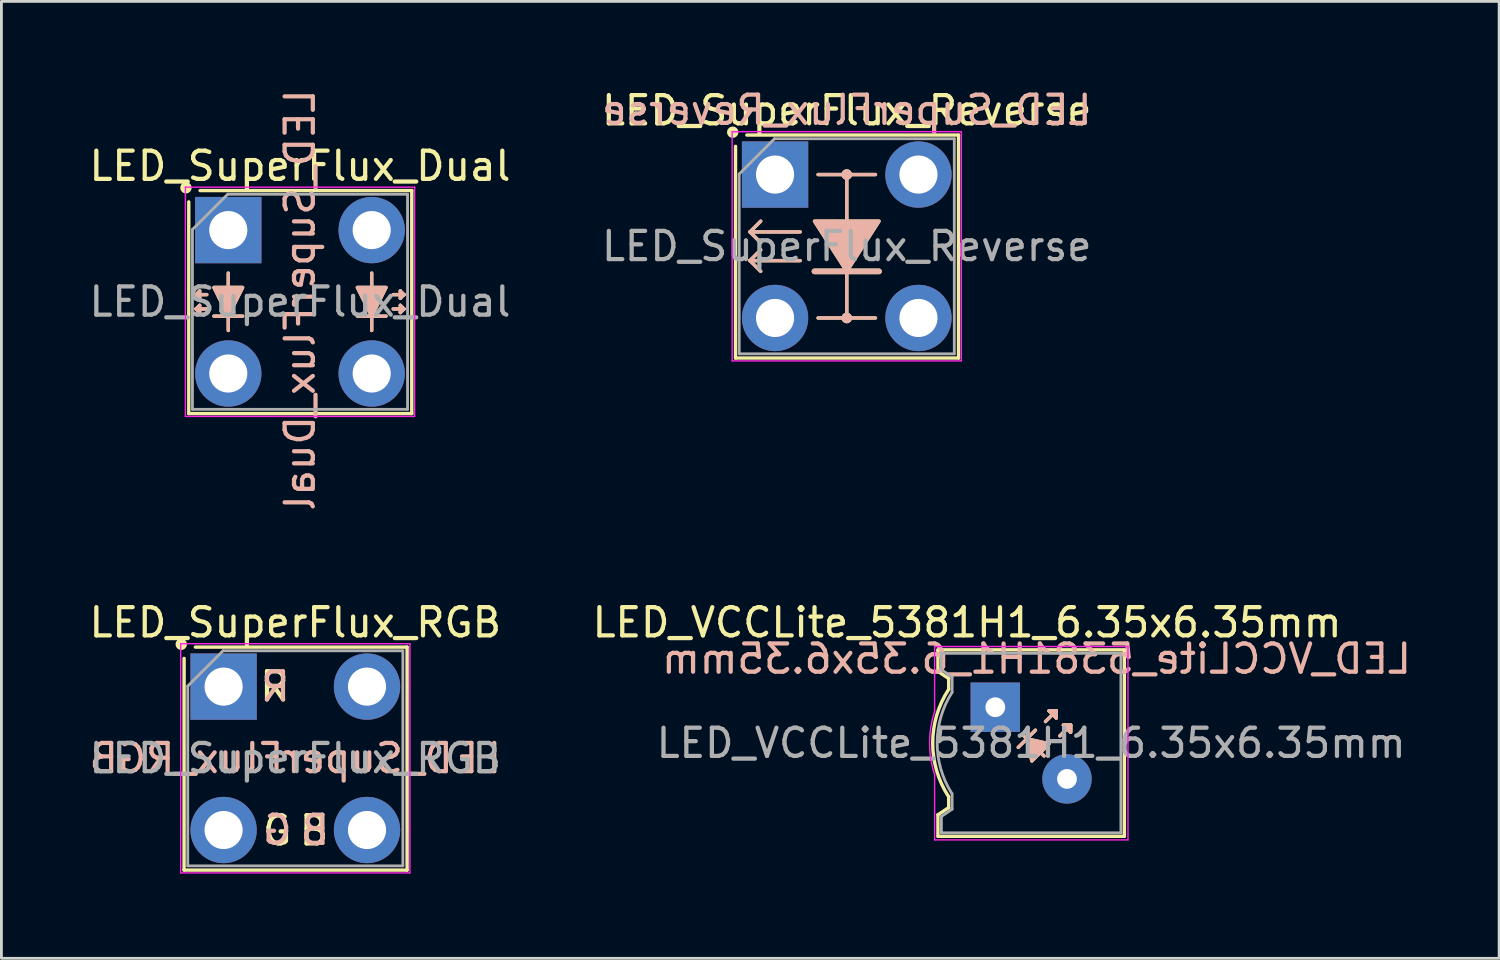
<source format=kicad_pcb>
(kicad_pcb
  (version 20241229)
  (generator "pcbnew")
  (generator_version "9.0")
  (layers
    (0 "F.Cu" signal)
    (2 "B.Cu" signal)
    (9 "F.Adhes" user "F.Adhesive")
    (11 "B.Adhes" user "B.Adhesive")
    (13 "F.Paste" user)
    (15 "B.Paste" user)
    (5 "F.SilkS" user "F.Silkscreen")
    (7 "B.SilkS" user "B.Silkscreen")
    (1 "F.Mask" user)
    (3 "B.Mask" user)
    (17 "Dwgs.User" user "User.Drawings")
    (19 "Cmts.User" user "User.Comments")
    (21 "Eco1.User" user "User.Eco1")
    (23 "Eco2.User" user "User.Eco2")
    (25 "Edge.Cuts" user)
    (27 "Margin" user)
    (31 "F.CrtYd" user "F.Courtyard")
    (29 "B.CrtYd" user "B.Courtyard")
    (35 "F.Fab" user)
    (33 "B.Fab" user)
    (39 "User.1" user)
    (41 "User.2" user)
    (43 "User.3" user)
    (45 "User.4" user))
  (footprint "LED_SuperFlux_Reverse"
    (layer "F.Cu")
    (at 24.406 3.134)
    (property "Reference" "LED_SuperFlux_Reverse" (at 2.54 -2.27 0) (layer "F.SilkS") (effects (font (size 1 1) (thickness 0.15))))
    (attr through_hole)
    (fp_line (start -1.4 6.5) (end -1.4 -1) (stroke (width 0.12) (type solid)) (layer "F.SilkS"))
    (fp_line (start -1 -1.4) (end 6.5 -1.4) (stroke (width 0.12) (type solid)) (layer "F.SilkS"))
    (fp_line (start -0.889 2.032) (end -0.508 2.413) (stroke (width 0.12) (type solid)) (layer "F.SilkS"))
    (fp_line (start -0.889 3.048) (end -0.508 3.429) (stroke (width 0.12) (type solid)) (layer "F.SilkS"))
    (fp_line (start -0.508 1.651) (end -0.889 2.032) (stroke (width 0.12) (type solid)) (layer "F.SilkS"))
    (fp_line (start -0.508 2.667) (end -0.889 3.048) (stroke (width 0.12) (type solid)) (layer "F.SilkS"))
    (fp_line (start 0.889 2.032) (end -0.889 2.032) (stroke (width 0.12) (type solid)) (layer "F.SilkS"))
    (fp_line (start 0.889 3.048) (end -0.889 3.048) (stroke (width 0.12) (type solid)) (layer "F.SilkS"))
    (fp_line (start 1.524 0) (end 3.556 0) (stroke (width 0.12) (type solid)) (layer "F.SilkS"))
    (fp_line (start 1.524 5.08) (end 3.556 5.08) (stroke (width 0.12) (type solid)) (layer "F.SilkS"))
    (fp_line (start 2.54 3.429) (end 1.397 3.429) (stroke (width 0.2) (type solid)) (layer "F.SilkS"))
    (fp_line (start 2.54 3.429) (end 3.683 3.429) (stroke (width 0.2) (type solid)) (layer "F.SilkS"))
    (fp_line (start 2.54 5.08) (end 2.54 0) (stroke (width 0.12) (type solid)) (layer "F.SilkS"))
    (fp_line (start 6.5 -1.4) (end 6.5 6.5) (stroke (width 0.12) (type solid)) (layer "F.SilkS"))
    (fp_line (start 6.5 6.5) (end -1.4 6.5) (stroke (width 0.12) (type solid)) (layer "F.SilkS"))
    (fp_circle (center -1.5 -1.5) (end -1.359 -1.5) (stroke (width 0.12) (type solid)) (fill yes) (layer "F.SilkS"))
    (fp_circle (center 2.54 0) (end 2.667 0) (stroke (width 0.12) (type solid)) (fill yes) (layer "F.SilkS"))
    (fp_circle (center 2.54 5.08) (end 2.667 5.08) (stroke (width 0.12) (type solid)) (fill yes) (layer "F.SilkS"))
    (fp_poly (pts (xy 1.397 1.651) (xy 3.683 1.651) (xy 2.54 3.429)) (stroke (width 0.12) (type solid)) (fill yes) (layer "F.SilkS"))
    (fp_line (start -0.889 2.032) (end -0.508 2.413) (stroke (width 0.12) (type solid)) (layer "B.SilkS"))
    (fp_line (start -0.889 3.048) (end -0.508 3.429) (stroke (width 0.12) (type solid)) (layer "B.SilkS"))
    (fp_line (start -0.508 1.651) (end -0.889 2.032) (stroke (width 0.12) (type solid)) (layer "B.SilkS"))
    (fp_line (start -0.508 2.667) (end -0.889 3.048) (stroke (width 0.12) (type solid)) (layer "B.SilkS"))
    (fp_line (start 0.889 2.032) (end -0.889 2.032) (stroke (width 0.12) (type solid)) (layer "B.SilkS"))
    (fp_line (start 0.889 3.048) (end -0.889 3.048) (stroke (width 0.12) (type solid)) (layer "B.SilkS"))
    (fp_line (start 1.524 0) (end 3.556 0) (stroke (width 0.12) (type solid)) (layer "B.SilkS"))
    (fp_line (start 1.524 5.08) (end 3.556 5.08) (stroke (width 0.12) (type solid)) (layer "B.SilkS"))
    (fp_line (start 2.54 3.429) (end 1.397 3.429) (stroke (width 0.2) (type solid)) (layer "B.SilkS"))
    (fp_line (start 2.54 3.429) (end 3.683 3.429) (stroke (width 0.2) (type solid)) (layer "B.SilkS"))
    (fp_line (start 2.54 5.08) (end 2.54 0) (stroke (width 0.12) (type solid)) (layer "B.SilkS"))
    (fp_circle (center 2.54 0) (end 2.667 0) (stroke (width 0.12) (type solid)) (fill yes) (layer "B.SilkS"))
    (fp_circle (center 2.54 5.08) (end 2.667 5.08) (stroke (width 0.12) (type solid)) (fill yes) (layer "B.SilkS"))
    (fp_poly (pts (xy 1.397 1.651) (xy 3.683 1.651) (xy 2.54 3.429)) (stroke (width 0.12) (type solid)) (fill yes) (layer "B.SilkS"))
    (fp_line (start -1.52 -1.52) (end -1.52 6.6) (stroke (width 0.05) (type solid)) (layer "F.CrtYd"))
    (fp_line (start -1.52 6.6) (end 6.6 6.6) (stroke (width 0.05) (type solid)) (layer "F.CrtYd"))
    (fp_line (start 6.6 -1.52) (end -1.52 -1.52) (stroke (width 0.05) (type solid)) (layer "F.CrtYd"))
    (fp_line (start 6.6 6.6) (end 6.6 -1.52) (stroke (width 0.05) (type solid)) (layer "F.CrtYd"))
    (fp_line (start -1.27 -0.02) (end -0.02 -1.27) (stroke (width 0.1) (type solid)) (layer "F.Fab"))
    (fp_line (start -1.27 6.35) (end -1.27 -0.02) (stroke (width 0.1) (type solid)) (layer "F.Fab"))
    (fp_line (start -0.02 -1.27) (end 6.35 -1.27) (stroke (width 0.1) (type solid)) (layer "F.Fab"))
    (fp_line (start 6.35 -1.27) (end 6.35 6.35) (stroke (width 0.1) (type solid)) (layer "F.Fab"))
    (fp_line (start 6.35 6.35) (end -1.27 6.35) (stroke (width 0.1) (type solid)) (layer "F.Fab"))
    (fp_text user "${REFERENCE}" (at 2.54 -2.286 0) (layer "B.SilkS") (effects (font (size 1 1) (thickness 0.15)) (justify mirror)))
    (fp_text user "${REFERENCE}" (at 2.54 2.54 0) (layer "F.Fab") (effects (font (size 1 1) (thickness 0.15))))
    (pad "1" thru_hole rect (at 0 0) (size 2.35 2.35) (drill 1.35) (layers "*.Cu" "*.Mask"))
    (pad "1" thru_hole circle (at 5.08 0) (size 2.35 2.35) (drill 1.35) (layers "*.Cu" "*.Mask"))
    (pad "2" thru_hole circle (at 0 5.08) (size 2.35 2.35) (drill 1.35) (layers "*.Cu" "*.Mask"))
    (pad "2" thru_hole circle (at 5.08 5.08) (size 2.35 2.35) (drill 1.35) (layers "*.Cu" "*.Mask")))
  (footprint "LED_SuperFlux_RGB"
    (layer "F.Cu")
    (at 4.871 21.273)
    (property "Reference" "LED_SuperFlux_RGB" (at 2.54 -2.27 0) (layer "F.SilkS") (effects (font (size 1 1) (thickness 0.15))))
    (attr through_hole)
    (fp_line (start -1.4 6.5) (end -1.4 -1) (stroke (width 0.12) (type solid)) (layer "F.SilkS"))
    (fp_line (start -1 -1.4) (end 6.5 -1.4) (stroke (width 0.12) (type solid)) (layer "F.SilkS"))
    (fp_line (start 6.5 -1.4) (end 6.5 6.5) (stroke (width 0.12) (type solid)) (layer "F.SilkS"))
    (fp_line (start 6.5 6.5) (end -1.4 6.5) (stroke (width 0.12) (type solid)) (layer "F.SilkS"))
    (fp_circle (center -1.5 -1.5) (end -1.359 -1.5) (stroke (width 0.12) (type solid)) (fill yes) (layer "F.SilkS"))
    (fp_line (start -1.52 -1.52) (end -1.52 6.6) (stroke (width 0.05) (type solid)) (layer "F.CrtYd"))
    (fp_line (start -1.52 6.6) (end 6.6 6.6) (stroke (width 0.05) (type solid)) (layer "F.CrtYd"))
    (fp_line (start 6.6 -1.52) (end -1.52 -1.52) (stroke (width 0.05) (type solid)) (layer "F.CrtYd"))
    (fp_line (start 6.6 6.6) (end 6.6 -1.52) (stroke (width 0.05) (type solid)) (layer "F.CrtYd"))
    (fp_line (start -1.27 -0.02) (end -0.02 -1.27) (stroke (width 0.1) (type solid)) (layer "F.Fab"))
    (fp_line (start -1.27 6.35) (end -1.27 -0.02) (stroke (width 0.1) (type solid)) (layer "F.Fab"))
    (fp_line (start -0.02 -1.27) (end 6.35 -1.27) (stroke (width 0.1) (type solid)) (layer "F.Fab"))
    (fp_line (start 6.35 -1.27) (end 6.35 6.35) (stroke (width 0.1) (type solid)) (layer "F.Fab"))
    (fp_line (start 6.35 6.35) (end -1.27 6.35) (stroke (width 0.1) (type solid)) (layer "F.Fab"))
    (fp_text user "G" (at 1.9 5.1 0) (unlocked yes) (layer "F.SilkS") (effects (font (size 1 1) (thickness 0.15))))
    (fp_text user "B" (at 3.2 5.1 0) (unlocked yes) (layer "F.SilkS") (effects (font (size 1 1) (thickness 0.15))))
    (fp_text user "R" (at 1.8 0 0) (unlocked yes) (layer "F.SilkS") (effects (font (size 1 1) (thickness 0.15))))
    (fp_text user "G" (at 1.905 5.08 0) (unlocked yes) (layer "B.SilkS") (effects (font (size 1 1) (thickness 0.15)) (justify mirror)))
    (fp_text user "B" (at 3.239 5.08 0) (unlocked yes) (layer "B.SilkS") (effects (font (size 1 1) (thickness 0.15)) (justify mirror)))
    (fp_text user "R" (at 1.841 0 0) (unlocked yes) (layer "B.SilkS") (effects (font (size 1 1) (thickness 0.15)) (justify mirror)))
    (fp_text user "${REFERENCE}" (at 2.54 2.54 0) (layer "B.SilkS") (effects (font (size 1 1) (thickness 0.15)) (justify mirror)))
    (fp_text user "${REFERENCE}" (at 2.54 2.54 0) (layer "F.Fab") (effects (font (size 1 1) (thickness 0.15))))
    (pad "1" thru_hole rect (at 0 0) (size 2.35 2.35) (drill 1.35) (layers "*.Cu" "*.Mask"))
    (pad "2" thru_hole circle (at 0 5.08) (size 2.35 2.35) (drill 1.35) (layers "*.Cu" "*.Mask"))
    (pad "3" thru_hole circle (at 5.08 5.08) (size 2.35 2.35) (drill 1.35) (layers "*.Cu" "*.Mask"))
    (pad "4" thru_hole circle (at 5.08 0) (size 2.35 2.35) (drill 1.35) (layers "*.Cu" "*.Mask")))
  (footprint "LED_VCCLite_5381H1_6.35x6.35mm"
    (layer "F.Cu")
    (at 32.208 22.003)
    (property "Reference" "LED_VCCLite_5381H1_6.35x6.35mm" (at -1 -3 0) (layer "F.SilkS") (effects (font (size 1 1) (thickness 0.15))))
    (fp_line (start -2.032 -2.032) (end -2.032 -1.27) (stroke (width 0.12) (type solid)) (layer "F.SilkS"))
    (fp_line (start -2.032 -1.27) (end -1.651 -1.016) (stroke (width 0.12) (type solid)) (layer "F.SilkS"))
    (fp_line (start -2.032 4.572) (end -2.032 3.81) (stroke (width 0.12) (type solid)) (layer "F.SilkS"))
    (fp_line (start -1.651 -1.016) (end -1.651 -0.635) (stroke (width 0.12) (type solid)) (layer "F.SilkS"))
    (fp_line (start -1.651 3.556) (end -2.032 3.81) (stroke (width 0.12) (type solid)) (layer "F.SilkS"))
    (fp_line (start -1.651 3.556) (end -1.651 3.175) (stroke (width 0.12) (type solid)) (layer "F.SilkS"))
    (fp_line (start 1.016 1.016) (end 1.727 1.727) (stroke (width 0.12) (type solid)) (layer "F.SilkS"))
    (fp_line (start 1.118 1.118) (end 0.813 1.422) (stroke (width 0.12) (type solid)) (layer "F.SilkS"))
    (fp_line (start 1.118 1.118) (end 1.422 0.813) (stroke (width 0.12) (type solid)) (layer "F.SilkS"))
    (fp_line (start 1.778 0.508) (end 2.159 0.127) (stroke (width 0.12) (type solid)) (layer "F.SilkS"))
    (fp_line (start 2.159 0.127) (end 1.905 0.127) (stroke (width 0.12) (type solid)) (layer "F.SilkS"))
    (fp_line (start 2.159 0.127) (end 2.159 0.381) (stroke (width 0.12) (type solid)) (layer "F.SilkS"))
    (fp_line (start 2.286 1.016) (end 2.667 0.635) (stroke (width 0.12) (type solid)) (layer "F.SilkS"))
    (fp_line (start 2.667 0.635) (end 2.413 0.635) (stroke (width 0.12) (type solid)) (layer "F.SilkS"))
    (fp_line (start 2.667 0.635) (end 2.667 0.889) (stroke (width 0.12) (type solid)) (layer "F.SilkS"))
    (fp_line (start 4.572 -2.032) (end -2.032 -2.032) (stroke (width 0.12) (type solid)) (layer "F.SilkS"))
    (fp_line (start 4.572 4.572) (end -2.032 4.572) (stroke (width 0.12) (type solid)) (layer "F.SilkS"))
    (fp_line (start 4.572 4.572) (end 4.572 -2.032) (stroke (width 0.12) (type solid)) (layer "F.SilkS"))
    (fp_arc (start -1.651753 3.173843) (mid -2.2173 1.26931) (end -1.650999 -0.634999) (stroke (width 0.12) (type solid)) (layer "F.SilkS"))
    (fp_poly (pts (xy 1.905 1.295) (xy 1.295 1.905) (xy 1.118 1.118)) (stroke (width 0.12) (type solid)) (fill yes) (layer "F.SilkS"))
    (fp_poly (pts (xy 2.159 0.381) (xy 1.905 0.127) (xy 2.159 0.127)) (stroke (width 0.12) (type solid)) (fill yes) (layer "F.SilkS"))
    (fp_poly (pts (xy 2.667 0.889) (xy 2.413 0.635) (xy 2.667 0.635)) (stroke (width 0.12) (type solid)) (fill yes) (layer "F.SilkS"))
    (fp_line (start 1.016 1.016) (end 1.727 1.727) (stroke (width 0.12) (type solid)) (layer "B.SilkS"))
    (fp_line (start 1.118 1.118) (end 0.813 1.422) (stroke (width 0.12) (type solid)) (layer "B.SilkS"))
    (fp_line (start 1.118 1.118) (end 1.422 0.813) (stroke (width 0.12) (type solid)) (layer "B.SilkS"))
    (fp_line (start 1.778 0.508) (end 2.159 0.127) (stroke (width 0.12) (type solid)) (layer "B.SilkS"))
    (fp_line (start 2.159 0.127) (end 1.905 0.127) (stroke (width 0.12) (type solid)) (layer "B.SilkS"))
    (fp_line (start 2.159 0.127) (end 2.159 0.381) (stroke (width 0.12) (type solid)) (layer "B.SilkS"))
    (fp_line (start 2.286 1.016) (end 2.667 0.635) (stroke (width 0.12) (type solid)) (layer "B.SilkS"))
    (fp_line (start 2.667 0.635) (end 2.413 0.635) (stroke (width 0.12) (type solid)) (layer "B.SilkS"))
    (fp_line (start 2.667 0.635) (end 2.667 0.889) (stroke (width 0.12) (type solid)) (layer "B.SilkS"))
    (fp_poly (pts (xy 1.905 1.295) (xy 1.295 1.905) (xy 1.118 1.118)) (stroke (width 0.12) (type solid)) (fill yes) (layer "B.SilkS"))
    (fp_poly (pts (xy 2.159 0.381) (xy 1.905 0.127) (xy 2.159 0.127)) (stroke (width 0.12) (type solid)) (fill yes) (layer "B.SilkS"))
    (fp_poly (pts (xy 2.667 0.889) (xy 2.413 0.635) (xy 2.667 0.635)) (stroke (width 0.12) (type solid)) (fill yes) (layer "B.SilkS"))
    (fp_line (start -2.15 -2.15) (end -2.15 0.15) (stroke (width 0.05) (type solid)) (layer "F.CrtYd"))
    (fp_line (start -2.15 -2.15) (end 4.7 -2.15) (stroke (width 0.05) (type solid)) (layer "F.CrtYd"))
    (fp_line (start -2.15 4.7) (end -2.15 2.4) (stroke (width 0.05) (type solid)) (layer "F.CrtYd"))
    (fp_line (start 4.7 -2.15) (end 4.7 4.7) (stroke (width 0.05) (type solid)) (layer "F.CrtYd"))
    (fp_line (start 4.7 4.7) (end -2.15 4.7) (stroke (width 0.05) (type solid)) (layer "F.CrtYd"))
    (fp_arc (start -2.147033 2.39902) (mid -2.328719 1.274748) (end -2.15 0.15) (stroke (width 0.05) (type solid)) (layer "F.CrtYd"))
    (fp_line (start -1.91 -1.91) (end -1.91 -1.33) (stroke (width 0.1) (type solid)) (layer "F.Fab"))
    (fp_line (start -1.91 -1.91) (end 4.45 -1.91) (stroke (width 0.1) (type solid)) (layer "F.Fab"))
    (fp_line (start -1.91 -1.33) (end -1.53 -1.07) (stroke (width 0.1) (type solid)) (layer "F.Fab"))
    (fp_line (start -1.91 3.87) (end -1.53 3.61) (stroke (width 0.1) (type solid)) (layer "F.Fab"))
    (fp_line (start -1.91 4.45) (end -1.91 3.87) (stroke (width 0.1) (type solid)) (layer "F.Fab"))
    (fp_line (start -1.53 -1.07) (end -1.53 -0.53) (stroke (width 0.1) (type solid)) (layer "F.Fab"))
    (fp_line (start -1.53 3.61) (end -1.53 3.07) (stroke (width 0.1) (type solid)) (layer "F.Fab"))
    (fp_line (start 4.45 -1.91) (end 4.45 4.45) (stroke (width 0.1) (type solid)) (layer "F.Fab"))
    (fp_line (start 4.45 4.45) (end -1.91 4.45) (stroke (width 0.1) (type solid)) (layer "F.Fab"))
    (fp_arc (start -1.538265 3.057078) (mid -2.058655 1.26233) (end -1.53 -0.53) (stroke (width 0.1) (type solid)) (layer "F.Fab"))
    (fp_text user "${REFERENCE}" (at 1.46 -1.714 0) (layer "B.SilkS") (effects (font (size 1 1) (thickness 0.15)) (justify mirror)))
    (fp_text user "${REFERENCE}" (at 1.27 1.27 0) (layer "F.Fab") (effects (font (size 1 1) (thickness 0.15))))
    (pad "1" thru_hole rect (at 0 0 270) (size 1.75 1.75) (drill 0.7) (layers "*.Cu" "*.Mask"))
    (pad "2" thru_hole circle (at 2.54 2.54 270) (size 1.75 1.75) (drill 0.7) (layers "*.Cu" "*.Mask")))
  (footprint "LED_SuperFlux_Dual"
    (layer "F.Cu")
    (at 5.037 5.101)
    (property "Reference" "LED_SuperFlux_Dual" (at 2.54 -2.27 0) (layer "F.SilkS") (effects (font (size 1 1) (thickness 0.15))))
    (attr through_hole)
    (fp_line (start -1.4 6.5) (end -1.4 -1) (stroke (width 0.12) (type solid)) (layer "F.SilkS"))
    (fp_line (start -1.143 2.286) (end -1.016 2.413) (stroke (width 0.12) (type solid)) (layer "F.SilkS"))
    (fp_line (start -1.143 2.794) (end -1.016 2.921) (stroke (width 0.12) (type solid)) (layer "F.SilkS"))
    (fp_line (start -1.016 2.159) (end -1.143 2.286) (stroke (width 0.12) (type solid)) (layer "F.SilkS"))
    (fp_line (start -1.016 2.413) (end -1.016 2.159) (stroke (width 0.12) (type solid)) (layer "F.SilkS"))
    (fp_line (start -1.016 2.667) (end -1.143 2.794) (stroke (width 0.12) (type solid)) (layer "F.SilkS"))
    (fp_line (start -1.016 2.921) (end -1.016 2.667) (stroke (width 0.12) (type solid)) (layer "F.SilkS"))
    (fp_line (start -1 -1.4) (end 6.5 -1.4) (stroke (width 0.12) (type solid)) (layer "F.SilkS"))
    (fp_line (start -0.762 2.286) (end -1.143 2.286) (stroke (width 0.12) (type solid)) (layer "F.SilkS"))
    (fp_line (start -0.762 2.794) (end -1.143 2.794) (stroke (width 0.12) (type solid)) (layer "F.SilkS"))
    (fp_line (start -0.508 3.048) (end 0.508 3.048) (stroke (width 0.12) (type solid)) (layer "F.SilkS"))
    (fp_line (start 0 1.524) (end 0 3.556) (stroke (width 0.12) (type solid)) (layer "F.SilkS"))
    (fp_line (start 4.572 3.048) (end 5.588 3.048) (stroke (width 0.12) (type solid)) (layer "F.SilkS"))
    (fp_line (start 5.08 1.524) (end 5.08 3.556) (stroke (width 0.12) (type solid)) (layer "F.SilkS"))
    (fp_line (start 5.842 2.286) (end 6.223 2.286) (stroke (width 0.12) (type solid)) (layer "F.SilkS"))
    (fp_line (start 5.842 2.794) (end 6.223 2.794) (stroke (width 0.12) (type solid)) (layer "F.SilkS"))
    (fp_line (start 6.096 2.159) (end 6.096 2.413) (stroke (width 0.12) (type solid)) (layer "F.SilkS"))
    (fp_line (start 6.096 2.413) (end 6.223 2.286) (stroke (width 0.12) (type solid)) (layer "F.SilkS"))
    (fp_line (start 6.096 2.667) (end 6.096 2.921) (stroke (width 0.12) (type solid)) (layer "F.SilkS"))
    (fp_line (start 6.096 2.921) (end 6.223 2.794) (stroke (width 0.12) (type solid)) (layer "F.SilkS"))
    (fp_line (start 6.223 2.286) (end 6.096 2.159) (stroke (width 0.12) (type solid)) (layer "F.SilkS"))
    (fp_line (start 6.223 2.794) (end 6.096 2.667) (stroke (width 0.12) (type solid)) (layer "F.SilkS"))
    (fp_line (start 6.5 -1.4) (end 6.5 6.5) (stroke (width 0.12) (type solid)) (layer "F.SilkS"))
    (fp_line (start 6.5 6.5) (end -1.4 6.5) (stroke (width 0.12) (type solid)) (layer "F.SilkS"))
    (fp_circle (center -1.5 -1.5) (end -1.359 -1.5) (stroke (width 0.12) (type solid)) (fill yes) (layer "F.SilkS"))
    (fp_poly (pts (xy 0.508 2.032) (xy 0 3.048) (xy -0.508 2.032)) (stroke (width 0.12) (type solid)) (fill yes) (layer "F.SilkS"))
    (fp_poly (pts (xy 5.588 2.032) (xy 5.08 3.048) (xy 4.572 2.032)) (stroke (width 0.12) (type solid)) (fill yes) (layer "F.SilkS"))
    (fp_line (start -1.143 2.286) (end -1.016 2.413) (stroke (width 0.12) (type solid)) (layer "B.SilkS"))
    (fp_line (start -1.143 2.794) (end -1.016 2.921) (stroke (width 0.12) (type solid)) (layer "B.SilkS"))
    (fp_line (start -1.016 2.159) (end -1.143 2.286) (stroke (width 0.12) (type solid)) (layer "B.SilkS"))
    (fp_line (start -1.016 2.413) (end -1.016 2.159) (stroke (width 0.12) (type solid)) (layer "B.SilkS"))
    (fp_line (start -1.016 2.667) (end -1.143 2.794) (stroke (width 0.12) (type solid)) (layer "B.SilkS"))
    (fp_line (start -1.016 2.921) (end -1.016 2.667) (stroke (width 0.12) (type solid)) (layer "B.SilkS"))
    (fp_line (start -0.762 2.286) (end -1.143 2.286) (stroke (width 0.12) (type solid)) (layer "B.SilkS"))
    (fp_line (start -0.762 2.794) (end -1.143 2.794) (stroke (width 0.12) (type solid)) (layer "B.SilkS"))
    (fp_line (start -0.508 3.048) (end 0.508 3.048) (stroke (width 0.12) (type solid)) (layer "B.SilkS"))
    (fp_line (start 0 1.524) (end 0 3.556) (stroke (width 0.12) (type solid)) (layer "B.SilkS"))
    (fp_line (start 4.572 3.048) (end 5.588 3.048) (stroke (width 0.12) (type solid)) (layer "B.SilkS"))
    (fp_line (start 5.08 1.524) (end 5.08 3.556) (stroke (width 0.12) (type solid)) (layer "B.SilkS"))
    (fp_line (start 5.842 2.286) (end 6.223 2.286) (stroke (width 0.12) (type solid)) (layer "B.SilkS"))
    (fp_line (start 5.842 2.794) (end 6.223 2.794) (stroke (width 0.12) (type solid)) (layer "B.SilkS"))
    (fp_line (start 6.096 2.159) (end 6.096 2.413) (stroke (width 0.12) (type solid)) (layer "B.SilkS"))
    (fp_line (start 6.096 2.413) (end 6.223 2.286) (stroke (width 0.12) (type solid)) (layer "B.SilkS"))
    (fp_line (start 6.096 2.667) (end 6.096 2.921) (stroke (width 0.12) (type solid)) (layer "B.SilkS"))
    (fp_line (start 6.096 2.921) (end 6.223 2.794) (stroke (width 0.12) (type solid)) (layer "B.SilkS"))
    (fp_line (start 6.223 2.286) (end 6.096 2.159) (stroke (width 0.12) (type solid)) (layer "B.SilkS"))
    (fp_line (start 6.223 2.794) (end 6.096 2.667) (stroke (width 0.12) (type solid)) (layer "B.SilkS"))
    (fp_poly (pts (xy 0.508 2.032) (xy 0 3.048) (xy -0.508 2.032)) (stroke (width 0.12) (type solid)) (fill yes) (layer "B.SilkS"))
    (fp_poly (pts (xy 5.588 2.032) (xy 5.08 3.048) (xy 4.572 2.032)) (stroke (width 0.12) (type solid)) (fill yes) (layer "B.SilkS"))
    (fp_line (start -1.52 -1.52) (end -1.52 6.6) (stroke (width 0.05) (type solid)) (layer "F.CrtYd"))
    (fp_line (start -1.52 6.6) (end 6.6 6.6) (stroke (width 0.05) (type solid)) (layer "F.CrtYd"))
    (fp_line (start 6.6 -1.52) (end -1.52 -1.52) (stroke (width 0.05) (type solid)) (layer "F.CrtYd"))
    (fp_line (start 6.6 6.6) (end 6.6 -1.52) (stroke (width 0.05) (type solid)) (layer "F.CrtYd"))
    (fp_line (start -1.27 -0.02) (end -0.02 -1.27) (stroke (width 0.1) (type solid)) (layer "F.Fab"))
    (fp_line (start -1.27 6.35) (end -1.27 -0.02) (stroke (width 0.1) (type solid)) (layer "F.Fab"))
    (fp_line (start -0.02 -1.27) (end 6.35 -1.27) (stroke (width 0.1) (type solid)) (layer "F.Fab"))
    (fp_line (start 6.35 -1.27) (end 6.35 6.35) (stroke (width 0.1) (type solid)) (layer "F.Fab"))
    (fp_line (start 6.35 6.35) (end -1.27 6.35) (stroke (width 0.1) (type solid)) (layer "F.Fab"))
    (fp_text user "${REFERENCE}" (at 2.54 2.477 90) (layer "B.SilkS") (effects (font (size 1 1) (thickness 0.15)) (justify mirror)))
    (fp_text user "${REFERENCE}" (at 2.54 2.54 0) (layer "F.Fab") (effects (font (size 1 1) (thickness 0.15))))
    (pad "1" thru_hole rect (at 0 0) (size 2.35 2.35) (drill 1.35) (layers "*.Cu" "*.Mask"))
    (pad "2" thru_hole circle (at 0 5.08) (size 2.35 2.35) (drill 1.35) (layers "*.Cu" "*.Mask"))
    (pad "3" thru_hole circle (at 5.08 5.08) (size 2.35 2.35) (drill 1.35) (layers "*.Cu" "*.Mask"))
    (pad "4" thru_hole circle (at 5.08 0) (size 2.35 2.35) (drill 1.35) (layers "*.Cu" "*.Mask")))
  (gr_rect
    (start -3 -3)
    (end 50.056 30.898)
    (stroke (width 0.1) (type default))
    (fill no)
    (layer "Edge.Cuts")))
</source>
